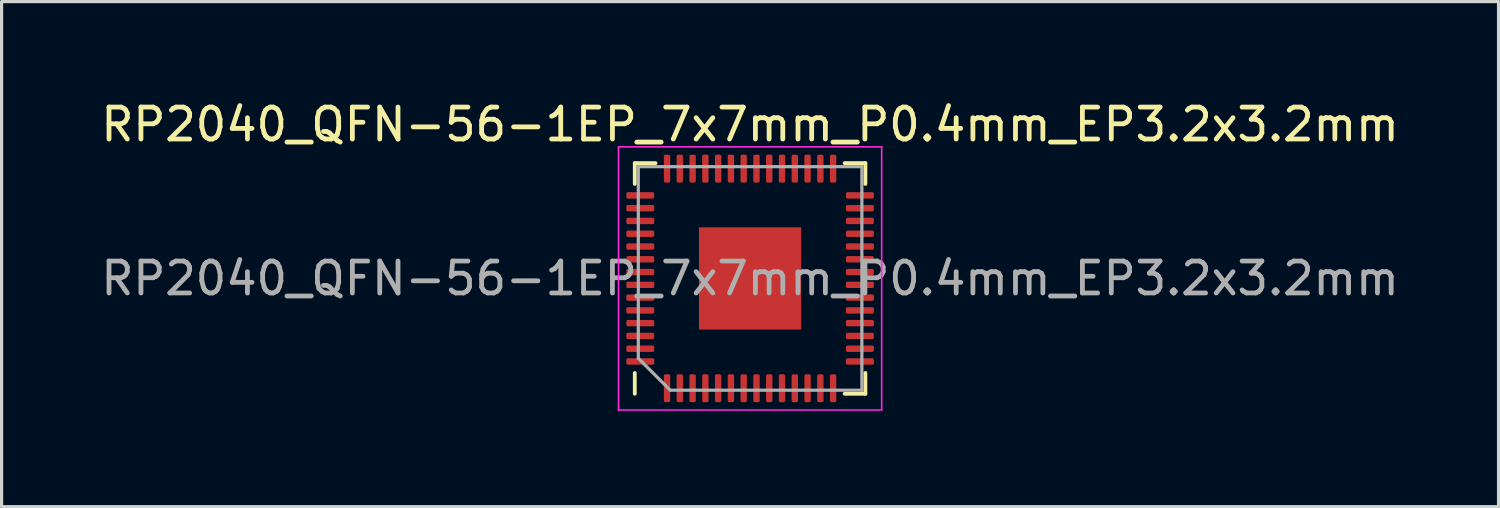
<source format=kicad_pcb>
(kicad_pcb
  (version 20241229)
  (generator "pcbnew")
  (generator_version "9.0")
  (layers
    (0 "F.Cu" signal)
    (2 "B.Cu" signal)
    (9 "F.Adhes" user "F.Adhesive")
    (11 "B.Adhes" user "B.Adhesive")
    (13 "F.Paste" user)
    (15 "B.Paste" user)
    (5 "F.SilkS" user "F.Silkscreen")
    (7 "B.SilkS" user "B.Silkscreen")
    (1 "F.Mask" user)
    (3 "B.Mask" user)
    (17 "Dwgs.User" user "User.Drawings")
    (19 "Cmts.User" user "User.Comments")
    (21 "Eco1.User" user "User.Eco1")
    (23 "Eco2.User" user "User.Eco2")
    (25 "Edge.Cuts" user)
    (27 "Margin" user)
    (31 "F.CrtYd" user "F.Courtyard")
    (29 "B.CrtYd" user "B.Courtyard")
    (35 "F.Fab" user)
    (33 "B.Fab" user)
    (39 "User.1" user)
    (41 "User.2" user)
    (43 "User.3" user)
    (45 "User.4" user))
  (footprint "RP2040_QFN-56-1EP_7x7mm_P0.4mm_EP3.2x3.2mm"
    (layer "F.Cu")
    (at 20.435 5.668)
    (property "Reference" "RP2040_QFN-56-1EP_7x7mm_P0.4mm_EP3.2x3.2mm" (at 0 -4.82 0) (layer "F.SilkS") (effects (font (size 1 1) (thickness 0.15))))
    (attr smd)
    (fp_line (start -3.61 -3.61) (end -2.96 -3.61) (stroke (width 0.12) (type solid)) (layer "F.SilkS"))
    (fp_line (start -3.61 -2.96) (end -3.61 -3.61) (stroke (width 0.12) (type solid)) (layer "F.SilkS"))
    (fp_line (start -3.61 2.96) (end -3.61 3.61) (stroke (width 0.12) (type solid)) (layer "F.SilkS"))
    (fp_line (start 3.61 -3.61) (end 2.96 -3.61) (stroke (width 0.12) (type solid)) (layer "F.SilkS"))
    (fp_line (start 3.61 -2.96) (end 3.61 -3.61) (stroke (width 0.12) (type solid)) (layer "F.SilkS"))
    (fp_line (start 3.61 2.96) (end 3.61 3.61) (stroke (width 0.12) (type solid)) (layer "F.SilkS"))
    (fp_line (start 3.61 3.61) (end 2.96 3.61) (stroke (width 0.12) (type solid)) (layer "F.SilkS"))
    (fp_line (start -4.12 -4.12) (end -4.12 4.12) (stroke (width 0.05) (type solid)) (layer "F.CrtYd"))
    (fp_line (start -4.12 4.12) (end 4.12 4.12) (stroke (width 0.05) (type solid)) (layer "F.CrtYd"))
    (fp_line (start 4.12 -4.12) (end -4.12 -4.12) (stroke (width 0.05) (type solid)) (layer "F.CrtYd"))
    (fp_line (start 4.12 4.12) (end 4.12 -4.12) (stroke (width 0.05) (type solid)) (layer "F.CrtYd"))
    (fp_line (start -3.5 -3.5) (end 3.5 -3.5) (stroke (width 0.1) (type solid)) (layer "F.Fab"))
    (fp_line (start -3.5 2.5) (end -3.5 -3.5) (stroke (width 0.1) (type solid)) (layer "F.Fab"))
    (fp_line (start -2.5 3.5) (end -3.5 2.5) (stroke (width 0.1) (type solid)) (layer "F.Fab"))
    (fp_line (start 3.5 -3.5) (end 3.5 3.5) (stroke (width 0.1) (type solid)) (layer "F.Fab"))
    (fp_line (start 3.5 3.5) (end -2.5 3.5) (stroke (width 0.1) (type solid)) (layer "F.Fab"))
    (fp_text user "${REFERENCE}" (at 0 0 0) (layer "F.Fab") (effects (font (size 1 1) (thickness 0.15))))
    (pad "" smd roundrect (at -0.8 -0.8 90) (size 1.29 1.29) (layers "F.Paste") (roundrect_rratio 0.194))
    (pad "" smd roundrect (at -0.8 0.8 90) (size 1.29 1.29) (layers "F.Paste") (roundrect_rratio 0.194))
    (pad "" smd roundrect (at 0.8 -0.8 90) (size 1.29 1.29) (layers "F.Paste") (roundrect_rratio 0.194))
    (pad "" smd roundrect (at 0.8 0.8 90) (size 1.29 1.29) (layers "F.Paste") (roundrect_rratio 0.194))
    (pad "1" smd roundrect (at -2.6 3.438 90) (size 0.875 0.2) (layers "F.Cu" "F.Mask" "F.Paste") (roundrect_rratio 0.25))
    (pad "2" smd roundrect (at -2.2 3.438 90) (size 0.875 0.2) (layers "F.Cu" "F.Mask" "F.Paste") (roundrect_rratio 0.25))
    (pad "3" smd roundrect (at -1.8 3.438 90) (size 0.875 0.2) (layers "F.Cu" "F.Mask" "F.Paste") (roundrect_rratio 0.25))
    (pad "4" smd roundrect (at -1.4 3.438 90) (size 0.875 0.2) (layers "F.Cu" "F.Mask" "F.Paste") (roundrect_rratio 0.25))
    (pad "5" smd roundrect (at -1 3.438 90) (size 0.875 0.2) (layers "F.Cu" "F.Mask" "F.Paste") (roundrect_rratio 0.25))
    (pad "6" smd roundrect (at -0.6 3.438 90) (size 0.875 0.2) (layers "F.Cu" "F.Mask" "F.Paste") (roundrect_rratio 0.25))
    (pad "7" smd roundrect (at -0.2 3.438 90) (size 0.875 0.2) (layers "F.Cu" "F.Mask" "F.Paste") (roundrect_rratio 0.25))
    (pad "8" smd roundrect (at 0.2 3.438 90) (size 0.875 0.2) (layers "F.Cu" "F.Mask" "F.Paste") (roundrect_rratio 0.25))
    (pad "9" smd roundrect (at 0.6 3.438 90) (size 0.875 0.2) (layers "F.Cu" "F.Mask" "F.Paste") (roundrect_rratio 0.25))
    (pad "10" smd roundrect (at 1 3.438 90) (size 0.875 0.2) (layers "F.Cu" "F.Mask" "F.Paste") (roundrect_rratio 0.25))
    (pad "11" smd roundrect (at 1.4 3.438 90) (size 0.875 0.2) (layers "F.Cu" "F.Mask" "F.Paste") (roundrect_rratio 0.25))
    (pad "12" smd roundrect (at 1.8 3.438 90) (size 0.875 0.2) (layers "F.Cu" "F.Mask" "F.Paste") (roundrect_rratio 0.25))
    (pad "13" smd roundrect (at 2.2 3.438 90) (size 0.875 0.2) (layers "F.Cu" "F.Mask" "F.Paste") (roundrect_rratio 0.25))
    (pad "14" smd roundrect (at 2.6 3.438 90) (size 0.875 0.2) (layers "F.Cu" "F.Mask" "F.Paste") (roundrect_rratio 0.25))
    (pad "15" smd roundrect (at 3.438 2.6 90) (size 0.2 0.875) (layers "F.Cu" "F.Mask" "F.Paste") (roundrect_rratio 0.25))
    (pad "16" smd roundrect (at 3.438 2.2 90) (size 0.2 0.875) (layers "F.Cu" "F.Mask" "F.Paste") (roundrect_rratio 0.25))
    (pad "17" smd roundrect (at 3.438 1.8 90) (size 0.2 0.875) (layers "F.Cu" "F.Mask" "F.Paste") (roundrect_rratio 0.25))
    (pad "18" smd roundrect (at 3.438 1.4 90) (size 0.2 0.875) (layers "F.Cu" "F.Mask" "F.Paste") (roundrect_rratio 0.25))
    (pad "19" smd roundrect (at 3.438 1 90) (size 0.2 0.875) (layers "F.Cu" "F.Mask" "F.Paste") (roundrect_rratio 0.25))
    (pad "20" smd roundrect (at 3.438 0.6 90) (size 0.2 0.875) (layers "F.Cu" "F.Mask" "F.Paste") (roundrect_rratio 0.25))
    (pad "21" smd roundrect (at 3.438 0.2 90) (size 0.2 0.875) (layers "F.Cu" "F.Mask" "F.Paste") (roundrect_rratio 0.25))
    (pad "22" smd roundrect (at 3.438 -0.2 90) (size 0.2 0.875) (layers "F.Cu" "F.Mask" "F.Paste") (roundrect_rratio 0.25))
    (pad "23" smd roundrect (at 3.438 -0.6 90) (size 0.2 0.875) (layers "F.Cu" "F.Mask" "F.Paste") (roundrect_rratio 0.25))
    (pad "24" smd roundrect (at 3.438 -1 90) (size 0.2 0.875) (layers "F.Cu" "F.Mask" "F.Paste") (roundrect_rratio 0.25))
    (pad "25" smd roundrect (at 3.438 -1.4 90) (size 0.2 0.875) (layers "F.Cu" "F.Mask" "F.Paste") (roundrect_rratio 0.25))
    (pad "26" smd roundrect (at 3.438 -1.8 90) (size 0.2 0.875) (layers "F.Cu" "F.Mask" "F.Paste") (roundrect_rratio 0.25))
    (pad "27" smd roundrect (at 3.438 -2.2 90) (size 0.2 0.875) (layers "F.Cu" "F.Mask" "F.Paste") (roundrect_rratio 0.25))
    (pad "28" smd roundrect (at 3.438 -2.6 90) (size 0.2 0.875) (layers "F.Cu" "F.Mask" "F.Paste") (roundrect_rratio 0.25))
    (pad "29" smd roundrect (at 2.6 -3.438 90) (size 0.875 0.2) (layers "F.Cu" "F.Mask" "F.Paste") (roundrect_rratio 0.25))
    (pad "30" smd roundrect (at 2.2 -3.438 90) (size 0.875 0.2) (layers "F.Cu" "F.Mask" "F.Paste") (roundrect_rratio 0.25))
    (pad "31" smd roundrect (at 1.8 -3.438 90) (size 0.875 0.2) (layers "F.Cu" "F.Mask" "F.Paste") (roundrect_rratio 0.25))
    (pad "32" smd roundrect (at 1.4 -3.438 90) (size 0.875 0.2) (layers "F.Cu" "F.Mask" "F.Paste") (roundrect_rratio 0.25))
    (pad "33" smd roundrect (at 1 -3.438 90) (size 0.875 0.2) (layers "F.Cu" "F.Mask" "F.Paste") (roundrect_rratio 0.25))
    (pad "34" smd roundrect (at 0.6 -3.438 90) (size 0.875 0.2) (layers "F.Cu" "F.Mask" "F.Paste") (roundrect_rratio 0.25))
    (pad "35" smd roundrect (at 0.2 -3.438 90) (size 0.875 0.2) (layers "F.Cu" "F.Mask" "F.Paste") (roundrect_rratio 0.25))
    (pad "36" smd roundrect (at -0.2 -3.438 90) (size 0.875 0.2) (layers "F.Cu" "F.Mask" "F.Paste") (roundrect_rratio 0.25))
    (pad "37" smd roundrect (at -0.6 -3.438 90) (size 0.875 0.2) (layers "F.Cu" "F.Mask" "F.Paste") (roundrect_rratio 0.25))
    (pad "38" smd roundrect (at -1 -3.438 90) (size 0.875 0.2) (layers "F.Cu" "F.Mask" "F.Paste") (roundrect_rratio 0.25))
    (pad "39" smd roundrect (at -1.4 -3.438 90) (size 0.875 0.2) (layers "F.Cu" "F.Mask" "F.Paste") (roundrect_rratio 0.25))
    (pad "40" smd roundrect (at -1.8 -3.438 90) (size 0.875 0.2) (layers "F.Cu" "F.Mask" "F.Paste") (roundrect_rratio 0.25))
    (pad "41" smd roundrect (at -2.2 -3.438 90) (size 0.875 0.2) (layers "F.Cu" "F.Mask" "F.Paste") (roundrect_rratio 0.25))
    (pad "42" smd roundrect (at -2.6 -3.438 90) (size 0.875 0.2) (layers "F.Cu" "F.Mask" "F.Paste") (roundrect_rratio 0.25))
    (pad "43" smd roundrect (at -3.438 -2.6 90) (size 0.2 0.875) (layers "F.Cu" "F.Mask" "F.Paste") (roundrect_rratio 0.25))
    (pad "44" smd roundrect (at -3.438 -2.2 90) (size 0.2 0.875) (layers "F.Cu" "F.Mask" "F.Paste") (roundrect_rratio 0.25))
    (pad "45" smd roundrect (at -3.438 -1.8 90) (size 0.2 0.875) (layers "F.Cu" "F.Mask" "F.Paste") (roundrect_rratio 0.25))
    (pad "46" smd roundrect (at -3.438 -1.4 90) (size 0.2 0.875) (layers "F.Cu" "F.Mask" "F.Paste") (roundrect_rratio 0.25))
    (pad "47" smd roundrect (at -3.438 -1 90) (size 0.2 0.875) (layers "F.Cu" "F.Mask" "F.Paste") (roundrect_rratio 0.25))
    (pad "48" smd roundrect (at -3.438 -0.6 90) (size 0.2 0.875) (layers "F.Cu" "F.Mask" "F.Paste") (roundrect_rratio 0.25))
    (pad "49" smd roundrect (at -3.438 -0.2 90) (size 0.2 0.875) (layers "F.Cu" "F.Mask" "F.Paste") (roundrect_rratio 0.25))
    (pad "50" smd roundrect (at -3.438 0.2 90) (size 0.2 0.875) (layers "F.Cu" "F.Mask" "F.Paste") (roundrect_rratio 0.25))
    (pad "51" smd roundrect (at -3.438 0.6 90) (size 0.2 0.875) (layers "F.Cu" "F.Mask" "F.Paste") (roundrect_rratio 0.25))
    (pad "52" smd roundrect (at -3.438 1 90) (size 0.2 0.875) (layers "F.Cu" "F.Mask" "F.Paste") (roundrect_rratio 0.25))
    (pad "53" smd roundrect (at -3.438 1.4 90) (size 0.2 0.875) (layers "F.Cu" "F.Mask" "F.Paste") (roundrect_rratio 0.25))
    (pad "54" smd roundrect (at -3.438 1.8 90) (size 0.2 0.875) (layers "F.Cu" "F.Mask" "F.Paste") (roundrect_rratio 0.25))
    (pad "55" smd roundrect (at -3.438 2.2 90) (size 0.2 0.875) (layers "F.Cu" "F.Mask" "F.Paste") (roundrect_rratio 0.25))
    (pad "56" smd roundrect (at -3.438 2.6 90) (size 0.2 0.875) (layers "F.Cu" "F.Mask" "F.Paste") (roundrect_rratio 0.25))
    (pad "57" smd rect (at 0 0 90) (size 3.2 3.2) (layers "F.Cu" "F.Mask")))
  (gr_rect
    (start -3 -3)
    (end 43.869 12.813)
    (stroke (width 0.1) (type default))
    (fill no)
    (layer "Edge.Cuts")))
</source>
